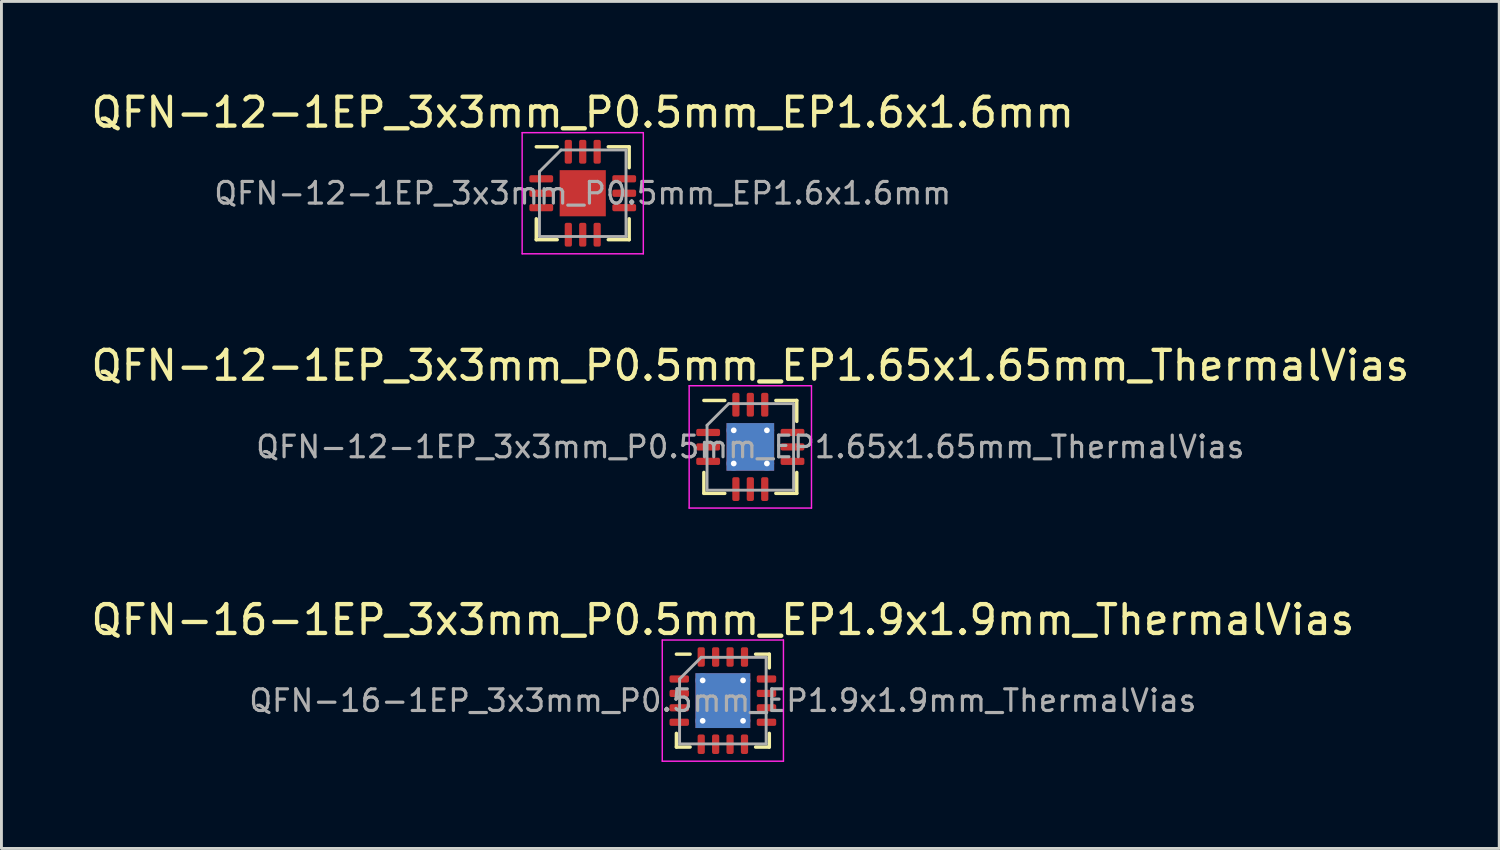
<source format=kicad_pcb>
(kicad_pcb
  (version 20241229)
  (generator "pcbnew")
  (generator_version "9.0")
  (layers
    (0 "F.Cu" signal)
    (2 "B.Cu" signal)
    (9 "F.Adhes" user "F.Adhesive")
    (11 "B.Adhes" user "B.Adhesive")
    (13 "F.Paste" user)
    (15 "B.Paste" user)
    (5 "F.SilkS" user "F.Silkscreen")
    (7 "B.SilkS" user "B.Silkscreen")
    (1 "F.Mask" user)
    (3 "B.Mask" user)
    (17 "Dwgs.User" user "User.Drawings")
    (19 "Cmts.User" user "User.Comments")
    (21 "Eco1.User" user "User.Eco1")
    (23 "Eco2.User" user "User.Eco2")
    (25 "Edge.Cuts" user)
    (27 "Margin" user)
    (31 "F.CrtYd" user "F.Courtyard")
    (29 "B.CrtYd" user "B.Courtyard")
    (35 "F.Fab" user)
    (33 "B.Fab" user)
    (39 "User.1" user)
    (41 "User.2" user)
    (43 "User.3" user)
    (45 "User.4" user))
  (footprint "QFN-12-1EP_3x3mm_P0.5mm_EP1.6x1.6mm"
    (layer "F.Cu")
    (at 17.149 3.648)
    (property "Reference" "QFN-12-1EP_3x3mm_P0.5mm_EP1.6x1.6mm" (at 0 -2.8 0) (layer "F.SilkS") (effects (font (size 1 1) (thickness 0.15))))
    (attr smd)
    (fp_line (start -1.61 1.61) (end -1.61 0.885) (stroke (width 0.12) (type solid)) (layer "F.SilkS"))
    (fp_line (start -0.885 -1.61) (end -1.61 -1.61) (stroke (width 0.12) (type solid)) (layer "F.SilkS"))
    (fp_line (start -0.885 1.61) (end -1.61 1.61) (stroke (width 0.12) (type solid)) (layer "F.SilkS"))
    (fp_line (start 0.885 -1.61) (end 1.61 -1.61) (stroke (width 0.12) (type solid)) (layer "F.SilkS"))
    (fp_line (start 0.885 1.61) (end 1.61 1.61) (stroke (width 0.12) (type solid)) (layer "F.SilkS"))
    (fp_line (start 1.61 -1.61) (end 1.61 -0.885) (stroke (width 0.12) (type solid)) (layer "F.SilkS"))
    (fp_line (start 1.61 1.61) (end 1.61 0.885) (stroke (width 0.12) (type solid)) (layer "F.SilkS"))
    (fp_line (start -2.1 -2.1) (end -2.1 2.1) (stroke (width 0.05) (type solid)) (layer "F.CrtYd"))
    (fp_line (start -2.1 2.1) (end 2.1 2.1) (stroke (width 0.05) (type solid)) (layer "F.CrtYd"))
    (fp_line (start 2.1 -2.1) (end -2.1 -2.1) (stroke (width 0.05) (type solid)) (layer "F.CrtYd"))
    (fp_line (start 2.1 2.1) (end 2.1 -2.1) (stroke (width 0.05) (type solid)) (layer "F.CrtYd"))
    (fp_line (start -1.5 -0.75) (end -0.75 -1.5) (stroke (width 0.1) (type solid)) (layer "F.Fab"))
    (fp_line (start -1.5 1.5) (end -1.5 -0.75) (stroke (width 0.1) (type solid)) (layer "F.Fab"))
    (fp_line (start -0.75 -1.5) (end 1.5 -1.5) (stroke (width 0.1) (type solid)) (layer "F.Fab"))
    (fp_line (start 1.5 -1.5) (end 1.5 1.5) (stroke (width 0.1) (type solid)) (layer "F.Fab"))
    (fp_line (start 1.5 1.5) (end -1.5 1.5) (stroke (width 0.1) (type solid)) (layer "F.Fab"))
    (fp_text user "${REFERENCE}" (at 0 0 0) (layer "F.Fab") (effects (font (size 0.75 0.75) (thickness 0.11))))
    (pad "" smd roundrect (at -0.4 -0.4) (size 0.64 0.64) (layers "F.Paste") (roundrect_rratio 0.25))
    (pad "" smd roundrect (at -0.4 0.4) (size 0.64 0.64) (layers "F.Paste") (roundrect_rratio 0.25))
    (pad "" smd roundrect (at 0.4 -0.4) (size 0.64 0.64) (layers "F.Paste") (roundrect_rratio 0.25))
    (pad "" smd roundrect (at 0.4 0.4) (size 0.64 0.64) (layers "F.Paste") (roundrect_rratio 0.25))
    (pad "1" smd roundrect (at -1.438 -0.5) (size 0.825 0.25) (layers "F.Cu" "F.Mask" "F.Paste") (roundrect_rratio 0.25))
    (pad "2" smd roundrect (at -1.438 0) (size 0.825 0.25) (layers "F.Cu" "F.Mask" "F.Paste") (roundrect_rratio 0.25))
    (pad "3" smd roundrect (at -1.438 0.5) (size 0.825 0.25) (layers "F.Cu" "F.Mask" "F.Paste") (roundrect_rratio 0.25))
    (pad "4" smd roundrect (at -0.5 1.438) (size 0.25 0.825) (layers "F.Cu" "F.Mask" "F.Paste") (roundrect_rratio 0.25))
    (pad "5" smd roundrect (at 0 1.438) (size 0.25 0.825) (layers "F.Cu" "F.Mask" "F.Paste") (roundrect_rratio 0.25))
    (pad "6" smd roundrect (at 0.5 1.438) (size 0.25 0.825) (layers "F.Cu" "F.Mask" "F.Paste") (roundrect_rratio 0.25))
    (pad "7" smd roundrect (at 1.438 0.5) (size 0.825 0.25) (layers "F.Cu" "F.Mask" "F.Paste") (roundrect_rratio 0.25))
    (pad "8" smd roundrect (at 1.438 0) (size 0.825 0.25) (layers "F.Cu" "F.Mask" "F.Paste") (roundrect_rratio 0.25))
    (pad "9" smd roundrect (at 1.438 -0.5) (size 0.825 0.25) (layers "F.Cu" "F.Mask" "F.Paste") (roundrect_rratio 0.25))
    (pad "10" smd roundrect (at 0.5 -1.438) (size 0.25 0.825) (layers "F.Cu" "F.Mask" "F.Paste") (roundrect_rratio 0.25))
    (pad "11" smd roundrect (at 0 -1.438) (size 0.25 0.825) (layers "F.Cu" "F.Mask" "F.Paste") (roundrect_rratio 0.25))
    (pad "12" smd roundrect (at -0.5 -1.438) (size 0.25 0.825) (layers "F.Cu" "F.Mask" "F.Paste") (roundrect_rratio 0.25))
    (pad "13" smd rect (at 0 0) (size 1.6 1.6) (layers "F.Cu" "F.Mask")))
  (footprint "QFN-12-1EP_3x3mm_P0.5mm_EP1.65x1.65mm_ThermalVias"
    (layer "F.Cu")
    (at 22.958 12.441)
    (property "Reference" "QFN-12-1EP_3x3mm_P0.5mm_EP1.65x1.65mm_ThermalVias" (at 0 -2.82 0) (layer "F.SilkS") (effects (font (size 1 1) (thickness 0.15))))
    (attr smd)
    (fp_line (start -1.61 1.61) (end -1.61 0.885) (stroke (width 0.12) (type solid)) (layer "F.SilkS"))
    (fp_line (start -0.885 -1.61) (end -1.61 -1.61) (stroke (width 0.12) (type solid)) (layer "F.SilkS"))
    (fp_line (start -0.885 1.61) (end -1.61 1.61) (stroke (width 0.12) (type solid)) (layer "F.SilkS"))
    (fp_line (start 0.885 -1.61) (end 1.61 -1.61) (stroke (width 0.12) (type solid)) (layer "F.SilkS"))
    (fp_line (start 0.885 1.61) (end 1.61 1.61) (stroke (width 0.12) (type solid)) (layer "F.SilkS"))
    (fp_line (start 1.61 -1.61) (end 1.61 -0.885) (stroke (width 0.12) (type solid)) (layer "F.SilkS"))
    (fp_line (start 1.61 1.61) (end 1.61 0.885) (stroke (width 0.12) (type solid)) (layer "F.SilkS"))
    (fp_line (start -2.12 -2.12) (end -2.12 2.12) (stroke (width 0.05) (type solid)) (layer "F.CrtYd"))
    (fp_line (start -2.12 2.12) (end 2.12 2.12) (stroke (width 0.05) (type solid)) (layer "F.CrtYd"))
    (fp_line (start 2.12 -2.12) (end -2.12 -2.12) (stroke (width 0.05) (type solid)) (layer "F.CrtYd"))
    (fp_line (start 2.12 2.12) (end 2.12 -2.12) (stroke (width 0.05) (type solid)) (layer "F.CrtYd"))
    (fp_line (start -1.5 -0.75) (end -0.75 -1.5) (stroke (width 0.1) (type solid)) (layer "F.Fab"))
    (fp_line (start -1.5 1.5) (end -1.5 -0.75) (stroke (width 0.1) (type solid)) (layer "F.Fab"))
    (fp_line (start -0.75 -1.5) (end 1.5 -1.5) (stroke (width 0.1) (type solid)) (layer "F.Fab"))
    (fp_line (start 1.5 -1.5) (end 1.5 1.5) (stroke (width 0.1) (type solid)) (layer "F.Fab"))
    (fp_line (start 1.5 1.5) (end -1.5 1.5) (stroke (width 0.1) (type solid)) (layer "F.Fab"))
    (fp_text user "${REFERENCE}" (at 0 0 0) (layer "F.Fab") (effects (font (size 0.75 0.75) (thickness 0.11))))
    (pad "" smd roundrect (at -0.41 -0.41) (size 0.71 0.71) (layers "F.Paste") (roundrect_rratio 0.25))
    (pad "" smd roundrect (at -0.41 0.41) (size 0.71 0.71) (layers "F.Paste") (roundrect_rratio 0.25))
    (pad "" smd roundrect (at 0.41 -0.41) (size 0.71 0.71) (layers "F.Paste") (roundrect_rratio 0.25))
    (pad "" smd roundrect (at 0.41 0.41) (size 0.71 0.71) (layers "F.Paste") (roundrect_rratio 0.25))
    (pad "1" smd roundrect (at -1.462 -0.5) (size 0.825 0.25) (layers "F.Cu" "F.Mask" "F.Paste") (roundrect_rratio 0.25))
    (pad "2" smd roundrect (at -1.462 0) (size 0.825 0.25) (layers "F.Cu" "F.Mask" "F.Paste") (roundrect_rratio 0.25))
    (pad "3" smd roundrect (at -1.462 0.5) (size 0.825 0.25) (layers "F.Cu" "F.Mask" "F.Paste") (roundrect_rratio 0.25))
    (pad "4" smd roundrect (at -0.5 1.462) (size 0.25 0.825) (layers "F.Cu" "F.Mask" "F.Paste") (roundrect_rratio 0.25))
    (pad "5" smd roundrect (at 0 1.462) (size 0.25 0.825) (layers "F.Cu" "F.Mask" "F.Paste") (roundrect_rratio 0.25))
    (pad "6" smd roundrect (at 0.5 1.462) (size 0.25 0.825) (layers "F.Cu" "F.Mask" "F.Paste") (roundrect_rratio 0.25))
    (pad "7" smd roundrect (at 1.462 0.5) (size 0.825 0.25) (layers "F.Cu" "F.Mask" "F.Paste") (roundrect_rratio 0.25))
    (pad "8" smd roundrect (at 1.462 0) (size 0.825 0.25) (layers "F.Cu" "F.Mask" "F.Paste") (roundrect_rratio 0.25))
    (pad "9" smd roundrect (at 1.462 -0.5) (size 0.825 0.25) (layers "F.Cu" "F.Mask" "F.Paste") (roundrect_rratio 0.25))
    (pad "10" smd roundrect (at 0.5 -1.462) (size 0.25 0.825) (layers "F.Cu" "F.Mask" "F.Paste") (roundrect_rratio 0.25))
    (pad "11" smd roundrect (at 0 -1.462) (size 0.25 0.825) (layers "F.Cu" "F.Mask" "F.Paste") (roundrect_rratio 0.25))
    (pad "12" smd roundrect (at -0.5 -1.462) (size 0.25 0.825) (layers "F.Cu" "F.Mask" "F.Paste") (roundrect_rratio 0.25))
    (pad "13" thru_hole circle (at -0.575 -0.575) (size 0.5 0.5) (drill 0.2) (layers "*.Cu"))
    (pad "13" thru_hole circle (at -0.575 0.575) (size 0.5 0.5) (drill 0.2) (layers "*.Cu"))
    (pad "13" smd rect (at 0 0) (size 1.65 1.65) (layers "F.Cu" "F.Mask"))
    (pad "13" smd rect (at 0 0) (size 1.65 1.65) (layers "B.Cu"))
    (pad "13" thru_hole circle (at 0.575 -0.575) (size 0.5 0.5) (drill 0.2) (layers "*.Cu"))
    (pad "13" thru_hole circle (at 0.575 0.575) (size 0.5 0.5) (drill 0.2) (layers "*.Cu")))
  (footprint "QFN-16-1EP_3x3mm_P0.5mm_EP1.9x1.9mm_ThermalVias"
    (layer "F.Cu")
    (at 22.006 21.235)
    (property "Reference" "QFN-16-1EP_3x3mm_P0.5mm_EP1.9x1.9mm_ThermalVias" (at 0 -2.8 0) (layer "F.SilkS") (effects (font (size 1 1) (thickness 0.15))))
    (attr smd)
    (fp_line (start -1.61 1.61) (end -1.61 1.135) (stroke (width 0.12) (type solid)) (layer "F.SilkS"))
    (fp_line (start -1.135 -1.61) (end -1.61 -1.61) (stroke (width 0.12) (type solid)) (layer "F.SilkS"))
    (fp_line (start -1.135 1.61) (end -1.61 1.61) (stroke (width 0.12) (type solid)) (layer "F.SilkS"))
    (fp_line (start 1.135 -1.61) (end 1.61 -1.61) (stroke (width 0.12) (type solid)) (layer "F.SilkS"))
    (fp_line (start 1.135 1.61) (end 1.61 1.61) (stroke (width 0.12) (type solid)) (layer "F.SilkS"))
    (fp_line (start 1.61 -1.61) (end 1.61 -1.135) (stroke (width 0.12) (type solid)) (layer "F.SilkS"))
    (fp_line (start 1.61 1.61) (end 1.61 1.135) (stroke (width 0.12) (type solid)) (layer "F.SilkS"))
    (fp_line (start -2.1 -2.1) (end -2.1 2.1) (stroke (width 0.05) (type solid)) (layer "F.CrtYd"))
    (fp_line (start -2.1 2.1) (end 2.1 2.1) (stroke (width 0.05) (type solid)) (layer "F.CrtYd"))
    (fp_line (start 2.1 -2.1) (end -2.1 -2.1) (stroke (width 0.05) (type solid)) (layer "F.CrtYd"))
    (fp_line (start 2.1 2.1) (end 2.1 -2.1) (stroke (width 0.05) (type solid)) (layer "F.CrtYd"))
    (fp_line (start -1.5 -0.75) (end -0.75 -1.5) (stroke (width 0.1) (type solid)) (layer "F.Fab"))
    (fp_line (start -1.5 1.5) (end -1.5 -0.75) (stroke (width 0.1) (type solid)) (layer "F.Fab"))
    (fp_line (start -0.75 -1.5) (end 1.5 -1.5) (stroke (width 0.1) (type solid)) (layer "F.Fab"))
    (fp_line (start 1.5 -1.5) (end 1.5 1.5) (stroke (width 0.1) (type solid)) (layer "F.Fab"))
    (fp_line (start 1.5 1.5) (end -1.5 1.5) (stroke (width 0.1) (type solid)) (layer "F.Fab"))
    (fp_text user "${REFERENCE}" (at 0 0 0) (layer "F.Fab") (effects (font (size 0.75 0.75) (thickness 0.11))))
    (pad "" smd roundrect (at -0.475 -0.475) (size 0.82 0.82) (layers "F.Paste") (roundrect_rratio 0.25))
    (pad "" smd roundrect (at -0.475 0.475) (size 0.82 0.82) (layers "F.Paste") (roundrect_rratio 0.25))
    (pad "" smd roundrect (at 0.475 -0.475) (size 0.82 0.82) (layers "F.Paste") (roundrect_rratio 0.25))
    (pad "" smd roundrect (at 0.475 0.475) (size 0.82 0.82) (layers "F.Paste") (roundrect_rratio 0.25))
    (pad "1" smd roundrect (at -1.512 -0.75) (size 0.675 0.25) (layers "F.Cu" "F.Mask" "F.Paste") (roundrect_rratio 0.25))
    (pad "2" smd roundrect (at -1.512 -0.25) (size 0.675 0.25) (layers "F.Cu" "F.Mask" "F.Paste") (roundrect_rratio 0.25))
    (pad "3" smd roundrect (at -1.512 0.25) (size 0.675 0.25) (layers "F.Cu" "F.Mask" "F.Paste") (roundrect_rratio 0.25))
    (pad "4" smd roundrect (at -1.512 0.75) (size 0.675 0.25) (layers "F.Cu" "F.Mask" "F.Paste") (roundrect_rratio 0.25))
    (pad "5" smd roundrect (at -0.75 1.512) (size 0.25 0.675) (layers "F.Cu" "F.Mask" "F.Paste") (roundrect_rratio 0.25))
    (pad "6" smd roundrect (at -0.25 1.512) (size 0.25 0.675) (layers "F.Cu" "F.Mask" "F.Paste") (roundrect_rratio 0.25))
    (pad "7" smd roundrect (at 0.25 1.512) (size 0.25 0.675) (layers "F.Cu" "F.Mask" "F.Paste") (roundrect_rratio 0.25))
    (pad "8" smd roundrect (at 0.75 1.512) (size 0.25 0.675) (layers "F.Cu" "F.Mask" "F.Paste") (roundrect_rratio 0.25))
    (pad "9" smd roundrect (at 1.512 0.75) (size 0.675 0.25) (layers "F.Cu" "F.Mask" "F.Paste") (roundrect_rratio 0.25))
    (pad "10" smd roundrect (at 1.512 0.25) (size 0.675 0.25) (layers "F.Cu" "F.Mask" "F.Paste") (roundrect_rratio 0.25))
    (pad "11" smd roundrect (at 1.512 -0.25) (size 0.675 0.25) (layers "F.Cu" "F.Mask" "F.Paste") (roundrect_rratio 0.25))
    (pad "12" smd roundrect (at 1.512 -0.75) (size 0.675 0.25) (layers "F.Cu" "F.Mask" "F.Paste") (roundrect_rratio 0.25))
    (pad "13" smd roundrect (at 0.75 -1.512) (size 0.25 0.675) (layers "F.Cu" "F.Mask" "F.Paste") (roundrect_rratio 0.25))
    (pad "14" smd roundrect (at 0.25 -1.512) (size 0.25 0.675) (layers "F.Cu" "F.Mask" "F.Paste") (roundrect_rratio 0.25))
    (pad "15" smd roundrect (at -0.25 -1.512) (size 0.25 0.675) (layers "F.Cu" "F.Mask" "F.Paste") (roundrect_rratio 0.25))
    (pad "16" smd roundrect (at -0.75 -1.512) (size 0.25 0.675) (layers "F.Cu" "F.Mask" "F.Paste") (roundrect_rratio 0.25))
    (pad "17" thru_hole circle (at -0.7 -0.7) (size 0.5 0.5) (drill 0.2) (layers "*.Cu"))
    (pad "17" thru_hole circle (at -0.7 0.7) (size 0.5 0.5) (drill 0.2) (layers "*.Cu"))
    (pad "17" smd rect (at 0 0) (size 1.9 1.9) (layers "F.Cu" "F.Mask"))
    (pad "17" smd rect (at 0 0) (size 1.9 1.9) (layers "B.Cu"))
    (pad "17" thru_hole circle (at 0.7 -0.7) (size 0.5 0.5) (drill 0.2) (layers "*.Cu"))
    (pad "17" thru_hole circle (at 0.7 0.7) (size 0.5 0.5) (drill 0.2) (layers "*.Cu")))
  (gr_rect
    (start -3 -3)
    (end 48.917 26.36)
    (stroke (width 0.1) (type default))
    (fill no)
    (layer "Edge.Cuts")))
</source>
